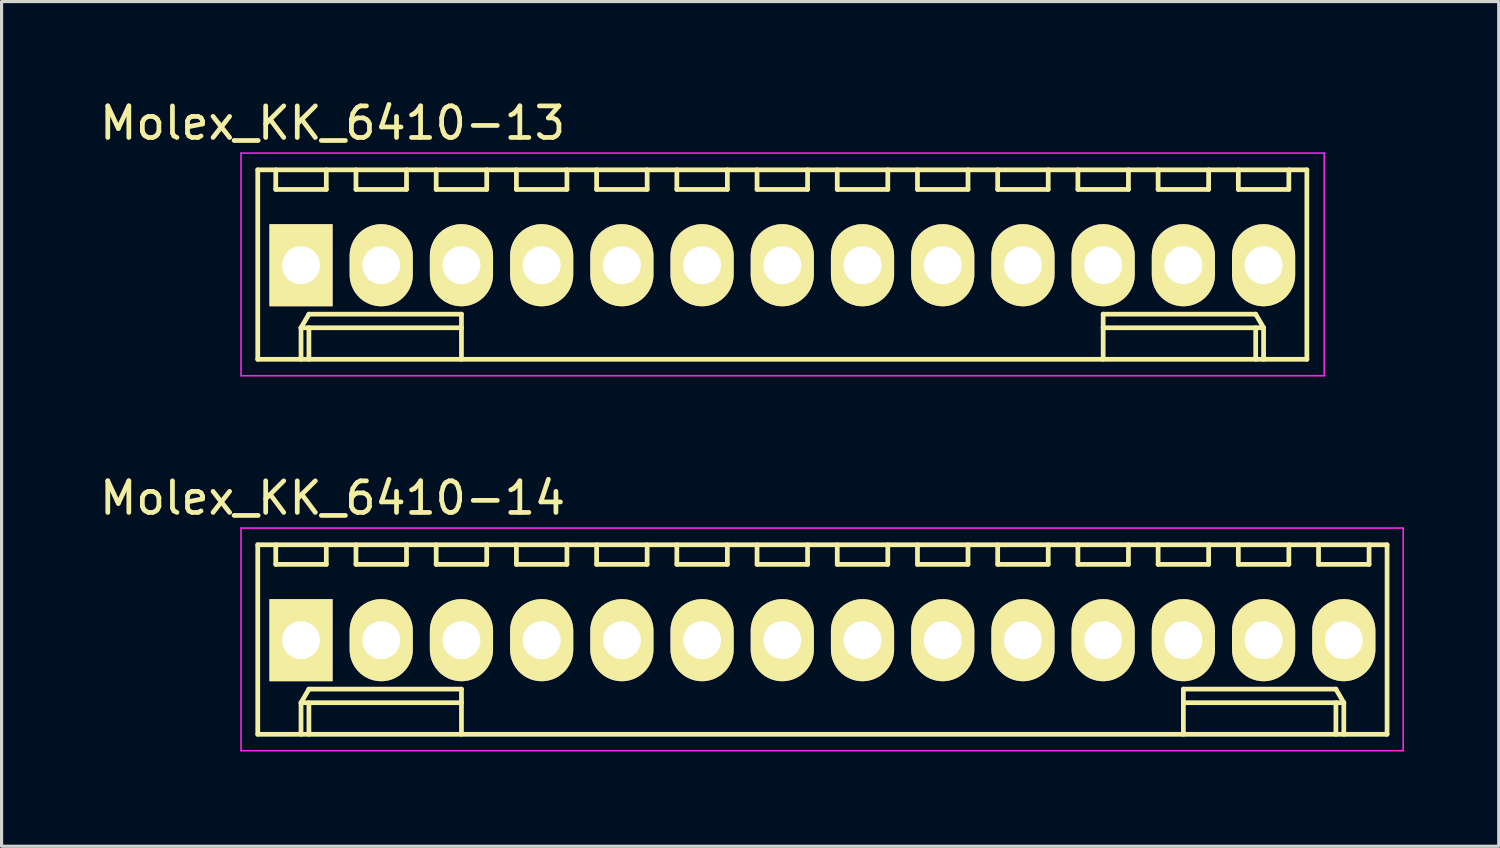
<source format=kicad_pcb>
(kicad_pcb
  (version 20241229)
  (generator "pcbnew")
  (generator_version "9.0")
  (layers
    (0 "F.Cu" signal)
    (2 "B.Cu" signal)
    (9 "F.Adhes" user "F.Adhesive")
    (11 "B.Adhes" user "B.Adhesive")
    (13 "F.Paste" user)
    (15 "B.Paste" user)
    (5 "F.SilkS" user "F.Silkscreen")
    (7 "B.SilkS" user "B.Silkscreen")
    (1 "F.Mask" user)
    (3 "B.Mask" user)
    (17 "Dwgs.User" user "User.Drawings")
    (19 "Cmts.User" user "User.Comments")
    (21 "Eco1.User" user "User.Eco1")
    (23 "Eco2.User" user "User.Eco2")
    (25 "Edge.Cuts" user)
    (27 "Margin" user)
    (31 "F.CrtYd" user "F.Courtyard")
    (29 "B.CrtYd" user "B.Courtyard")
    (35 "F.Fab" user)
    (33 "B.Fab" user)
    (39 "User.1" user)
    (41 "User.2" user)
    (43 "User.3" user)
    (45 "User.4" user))
  (footprint "Molex_KK_6410-14"
    (layer "F.Cu")
    (at 6.482 17.221)
    (property "Reference" "Molex_KK_6410-14" (at 1 -4.5 0) (layer "F.SilkS") (effects (font (size 1 1) (thickness 0.15))))
    (attr through_hole)
    (fp_line (start -1.37 -3.02) (end -1.37 2.98) (stroke (width 0.15) (type solid)) (layer "F.SilkS"))
    (fp_line (start -1.37 2.98) (end 34.39 2.98) (stroke (width 0.15) (type solid)) (layer "F.SilkS"))
    (fp_line (start -0.8 -3.02) (end -0.8 -2.4) (stroke (width 0.15) (type solid)) (layer "F.SilkS"))
    (fp_line (start -0.8 -2.4) (end 0.8 -2.4) (stroke (width 0.15) (type solid)) (layer "F.SilkS"))
    (fp_line (start 0 1.98) (end 0.25 1.55) (stroke (width 0.15) (type solid)) (layer "F.SilkS"))
    (fp_line (start 0 1.98) (end 5.08 1.98) (stroke (width 0.15) (type solid)) (layer "F.SilkS"))
    (fp_line (start 0 2.98) (end 0 1.98) (stroke (width 0.15) (type solid)) (layer "F.SilkS"))
    (fp_line (start 0.25 1.55) (end 5.08 1.55) (stroke (width 0.15) (type solid)) (layer "F.SilkS"))
    (fp_line (start 0.25 2.98) (end 0.25 1.98) (stroke (width 0.15) (type solid)) (layer "F.SilkS"))
    (fp_line (start 0.8 -2.4) (end 0.8 -3.02) (stroke (width 0.15) (type solid)) (layer "F.SilkS"))
    (fp_line (start 1.74 -3.02) (end 1.74 -2.4) (stroke (width 0.15) (type solid)) (layer "F.SilkS"))
    (fp_line (start 1.74 -2.4) (end 3.34 -2.4) (stroke (width 0.15) (type solid)) (layer "F.SilkS"))
    (fp_line (start 3.34 -2.4) (end 3.34 -3.02) (stroke (width 0.15) (type solid)) (layer "F.SilkS"))
    (fp_line (start 4.28 -3.02) (end 4.28 -2.4) (stroke (width 0.15) (type solid)) (layer "F.SilkS"))
    (fp_line (start 4.28 -2.4) (end 5.88 -2.4) (stroke (width 0.15) (type solid)) (layer "F.SilkS"))
    (fp_line (start 5.08 1.55) (end 5.08 1.98) (stroke (width 0.15) (type solid)) (layer "F.SilkS"))
    (fp_line (start 5.08 1.98) (end 5.08 2.98) (stroke (width 0.15) (type solid)) (layer "F.SilkS"))
    (fp_line (start 5.88 -2.4) (end 5.88 -3.02) (stroke (width 0.15) (type solid)) (layer "F.SilkS"))
    (fp_line (start 6.82 -3.02) (end 6.82 -2.4) (stroke (width 0.15) (type solid)) (layer "F.SilkS"))
    (fp_line (start 6.82 -2.4) (end 8.42 -2.4) (stroke (width 0.15) (type solid)) (layer "F.SilkS"))
    (fp_line (start 8.42 -2.4) (end 8.42 -3.02) (stroke (width 0.15) (type solid)) (layer "F.SilkS"))
    (fp_line (start 9.36 -3.02) (end 9.36 -2.4) (stroke (width 0.15) (type solid)) (layer "F.SilkS"))
    (fp_line (start 9.36 -2.4) (end 10.96 -2.4) (stroke (width 0.15) (type solid)) (layer "F.SilkS"))
    (fp_line (start 10.96 -2.4) (end 10.96 -3.02) (stroke (width 0.15) (type solid)) (layer "F.SilkS"))
    (fp_line (start 11.9 -3.02) (end 11.9 -2.4) (stroke (width 0.15) (type solid)) (layer "F.SilkS"))
    (fp_line (start 11.9 -2.4) (end 13.5 -2.4) (stroke (width 0.15) (type solid)) (layer "F.SilkS"))
    (fp_line (start 13.5 -2.4) (end 13.5 -3.02) (stroke (width 0.15) (type solid)) (layer "F.SilkS"))
    (fp_line (start 14.44 -3.02) (end 14.44 -2.4) (stroke (width 0.15) (type solid)) (layer "F.SilkS"))
    (fp_line (start 14.44 -2.4) (end 16.04 -2.4) (stroke (width 0.15) (type solid)) (layer "F.SilkS"))
    (fp_line (start 16.04 -2.4) (end 16.04 -3.02) (stroke (width 0.15) (type solid)) (layer "F.SilkS"))
    (fp_line (start 16.98 -3.02) (end 16.98 -2.4) (stroke (width 0.15) (type solid)) (layer "F.SilkS"))
    (fp_line (start 16.98 -2.4) (end 18.58 -2.4) (stroke (width 0.15) (type solid)) (layer "F.SilkS"))
    (fp_line (start 18.58 -2.4) (end 18.58 -3.02) (stroke (width 0.15) (type solid)) (layer "F.SilkS"))
    (fp_line (start 19.52 -3.02) (end 19.52 -2.4) (stroke (width 0.15) (type solid)) (layer "F.SilkS"))
    (fp_line (start 19.52 -2.4) (end 21.12 -2.4) (stroke (width 0.15) (type solid)) (layer "F.SilkS"))
    (fp_line (start 21.12 -2.4) (end 21.12 -3.02) (stroke (width 0.15) (type solid)) (layer "F.SilkS"))
    (fp_line (start 22.06 -3.02) (end 22.06 -2.4) (stroke (width 0.15) (type solid)) (layer "F.SilkS"))
    (fp_line (start 22.06 -2.4) (end 23.66 -2.4) (stroke (width 0.15) (type solid)) (layer "F.SilkS"))
    (fp_line (start 23.66 -2.4) (end 23.66 -3.02) (stroke (width 0.15) (type solid)) (layer "F.SilkS"))
    (fp_line (start 24.6 -3.02) (end 24.6 -2.4) (stroke (width 0.15) (type solid)) (layer "F.SilkS"))
    (fp_line (start 24.6 -2.4) (end 26.2 -2.4) (stroke (width 0.15) (type solid)) (layer "F.SilkS"))
    (fp_line (start 26.2 -2.4) (end 26.2 -3.02) (stroke (width 0.15) (type solid)) (layer "F.SilkS"))
    (fp_line (start 27.14 -3.02) (end 27.14 -2.4) (stroke (width 0.15) (type solid)) (layer "F.SilkS"))
    (fp_line (start 27.14 -2.4) (end 28.74 -2.4) (stroke (width 0.15) (type solid)) (layer "F.SilkS"))
    (fp_line (start 27.94 1.55) (end 27.94 1.98) (stroke (width 0.15) (type solid)) (layer "F.SilkS"))
    (fp_line (start 27.94 1.98) (end 27.94 2.98) (stroke (width 0.15) (type solid)) (layer "F.SilkS"))
    (fp_line (start 28.74 -2.4) (end 28.74 -3.02) (stroke (width 0.15) (type solid)) (layer "F.SilkS"))
    (fp_line (start 29.68 -3.02) (end 29.68 -2.4) (stroke (width 0.15) (type solid)) (layer "F.SilkS"))
    (fp_line (start 29.68 -2.4) (end 31.28 -2.4) (stroke (width 0.15) (type solid)) (layer "F.SilkS"))
    (fp_line (start 31.28 -2.4) (end 31.28 -3.02) (stroke (width 0.15) (type solid)) (layer "F.SilkS"))
    (fp_line (start 32.22 -3.02) (end 32.22 -2.4) (stroke (width 0.15) (type solid)) (layer "F.SilkS"))
    (fp_line (start 32.22 -2.4) (end 33.82 -2.4) (stroke (width 0.15) (type solid)) (layer "F.SilkS"))
    (fp_line (start 32.77 1.55) (end 27.94 1.55) (stroke (width 0.15) (type solid)) (layer "F.SilkS"))
    (fp_line (start 32.77 2.98) (end 32.77 1.98) (stroke (width 0.15) (type solid)) (layer "F.SilkS"))
    (fp_line (start 33.02 1.98) (end 27.94 1.98) (stroke (width 0.15) (type solid)) (layer "F.SilkS"))
    (fp_line (start 33.02 1.98) (end 32.77 1.55) (stroke (width 0.15) (type solid)) (layer "F.SilkS"))
    (fp_line (start 33.02 2.98) (end 33.02 1.98) (stroke (width 0.15) (type solid)) (layer "F.SilkS"))
    (fp_line (start 33.82 -2.4) (end 33.82 -3.02) (stroke (width 0.15) (type solid)) (layer "F.SilkS"))
    (fp_line (start 34.39 -3.02) (end -1.37 -3.02) (stroke (width 0.15) (type solid)) (layer "F.SilkS"))
    (fp_line (start 34.39 2.98) (end 34.39 -3.02) (stroke (width 0.15) (type solid)) (layer "F.SilkS"))
    (fp_line (start -1.9 -3.55) (end 34.9 -3.55) (stroke (width 0.05) (type solid)) (layer "F.CrtYd"))
    (fp_line (start -1.9 3.5) (end -1.9 -3.55) (stroke (width 0.05) (type solid)) (layer "F.CrtYd"))
    (fp_line (start 34.9 -3.55) (end 34.9 3.5) (stroke (width 0.05) (type solid)) (layer "F.CrtYd"))
    (fp_line (start 34.9 3.5) (end -1.9 3.5) (stroke (width 0.05) (type solid)) (layer "F.CrtYd"))
    (pad "1" thru_hole rect (at 0 0) (size 2 2.6) (drill 1.2) (layers "*.Cu" "*.Mask" "F.SilkS"))
    (pad "2" thru_hole oval (at 2.54 0) (size 2 2.6) (drill 1.2) (layers "*.Cu" "*.Mask" "F.SilkS"))
    (pad "3" thru_hole oval (at 5.08 0) (size 2 2.6) (drill 1.2) (layers "*.Cu" "*.Mask" "F.SilkS"))
    (pad "4" thru_hole oval (at 7.62 0) (size 2 2.6) (drill 1.2) (layers "*.Cu" "*.Mask" "F.SilkS"))
    (pad "5" thru_hole oval (at 10.16 0) (size 2 2.6) (drill 1.2) (layers "*.Cu" "*.Mask" "F.SilkS"))
    (pad "6" thru_hole oval (at 12.7 0) (size 2 2.6) (drill 1.2) (layers "*.Cu" "*.Mask" "F.SilkS"))
    (pad "7" thru_hole oval (at 15.24 0) (size 2 2.6) (drill 1.2) (layers "*.Cu" "*.Mask" "F.SilkS"))
    (pad "8" thru_hole oval (at 17.78 0) (size 2 2.6) (drill 1.2) (layers "*.Cu" "*.Mask" "F.SilkS"))
    (pad "9" thru_hole oval (at 20.32 0) (size 2 2.6) (drill 1.2) (layers "*.Cu" "*.Mask" "F.SilkS"))
    (pad "10" thru_hole oval (at 22.86 0) (size 2 2.6) (drill 1.2) (layers "*.Cu" "*.Mask" "F.SilkS"))
    (pad "11" thru_hole oval (at 25.4 0) (size 2 2.6) (drill 1.2) (layers "*.Cu" "*.Mask" "F.SilkS"))
    (pad "12" thru_hole oval (at 27.94 0) (size 2 2.6) (drill 1.2) (layers "*.Cu" "*.Mask" "F.SilkS"))
    (pad "13" thru_hole oval (at 30.48 0) (size 2 2.6) (drill 1.2) (layers "*.Cu" "*.Mask" "F.SilkS"))
    (pad "14" thru_hole oval (at 33.02 0) (size 2 2.6) (drill 1.2) (layers "*.Cu" "*.Mask" "F.SilkS")))
  (footprint "Molex_KK_6410-13"
    (layer "F.Cu")
    (at 6.482 5.348)
    (property "Reference" "Molex_KK_6410-13" (at 1 -4.5 0) (layer "F.SilkS") (effects (font (size 1 1) (thickness 0.15))))
    (attr through_hole)
    (fp_line (start -1.37 -3.02) (end -1.37 2.98) (stroke (width 0.15) (type solid)) (layer "F.SilkS"))
    (fp_line (start -1.37 2.98) (end 31.85 2.98) (stroke (width 0.15) (type solid)) (layer "F.SilkS"))
    (fp_line (start -0.8 -3.02) (end -0.8 -2.4) (stroke (width 0.15) (type solid)) (layer "F.SilkS"))
    (fp_line (start -0.8 -2.4) (end 0.8 -2.4) (stroke (width 0.15) (type solid)) (layer "F.SilkS"))
    (fp_line (start 0 1.98) (end 0.25 1.55) (stroke (width 0.15) (type solid)) (layer "F.SilkS"))
    (fp_line (start 0 1.98) (end 5.08 1.98) (stroke (width 0.15) (type solid)) (layer "F.SilkS"))
    (fp_line (start 0 2.98) (end 0 1.98) (stroke (width 0.15) (type solid)) (layer "F.SilkS"))
    (fp_line (start 0.25 1.55) (end 5.08 1.55) (stroke (width 0.15) (type solid)) (layer "F.SilkS"))
    (fp_line (start 0.25 2.98) (end 0.25 1.98) (stroke (width 0.15) (type solid)) (layer "F.SilkS"))
    (fp_line (start 0.8 -2.4) (end 0.8 -3.02) (stroke (width 0.15) (type solid)) (layer "F.SilkS"))
    (fp_line (start 1.74 -3.02) (end 1.74 -2.4) (stroke (width 0.15) (type solid)) (layer "F.SilkS"))
    (fp_line (start 1.74 -2.4) (end 3.34 -2.4) (stroke (width 0.15) (type solid)) (layer "F.SilkS"))
    (fp_line (start 3.34 -2.4) (end 3.34 -3.02) (stroke (width 0.15) (type solid)) (layer "F.SilkS"))
    (fp_line (start 4.28 -3.02) (end 4.28 -2.4) (stroke (width 0.15) (type solid)) (layer "F.SilkS"))
    (fp_line (start 4.28 -2.4) (end 5.88 -2.4) (stroke (width 0.15) (type solid)) (layer "F.SilkS"))
    (fp_line (start 5.08 1.55) (end 5.08 1.98) (stroke (width 0.15) (type solid)) (layer "F.SilkS"))
    (fp_line (start 5.08 1.98) (end 5.08 2.98) (stroke (width 0.15) (type solid)) (layer "F.SilkS"))
    (fp_line (start 5.88 -2.4) (end 5.88 -3.02) (stroke (width 0.15) (type solid)) (layer "F.SilkS"))
    (fp_line (start 6.82 -3.02) (end 6.82 -2.4) (stroke (width 0.15) (type solid)) (layer "F.SilkS"))
    (fp_line (start 6.82 -2.4) (end 8.42 -2.4) (stroke (width 0.15) (type solid)) (layer "F.SilkS"))
    (fp_line (start 8.42 -2.4) (end 8.42 -3.02) (stroke (width 0.15) (type solid)) (layer "F.SilkS"))
    (fp_line (start 9.36 -3.02) (end 9.36 -2.4) (stroke (width 0.15) (type solid)) (layer "F.SilkS"))
    (fp_line (start 9.36 -2.4) (end 10.96 -2.4) (stroke (width 0.15) (type solid)) (layer "F.SilkS"))
    (fp_line (start 10.96 -2.4) (end 10.96 -3.02) (stroke (width 0.15) (type solid)) (layer "F.SilkS"))
    (fp_line (start 11.9 -3.02) (end 11.9 -2.4) (stroke (width 0.15) (type solid)) (layer "F.SilkS"))
    (fp_line (start 11.9 -2.4) (end 13.5 -2.4) (stroke (width 0.15) (type solid)) (layer "F.SilkS"))
    (fp_line (start 13.5 -2.4) (end 13.5 -3.02) (stroke (width 0.15) (type solid)) (layer "F.SilkS"))
    (fp_line (start 14.44 -3.02) (end 14.44 -2.4) (stroke (width 0.15) (type solid)) (layer "F.SilkS"))
    (fp_line (start 14.44 -2.4) (end 16.04 -2.4) (stroke (width 0.15) (type solid)) (layer "F.SilkS"))
    (fp_line (start 16.04 -2.4) (end 16.04 -3.02) (stroke (width 0.15) (type solid)) (layer "F.SilkS"))
    (fp_line (start 16.98 -3.02) (end 16.98 -2.4) (stroke (width 0.15) (type solid)) (layer "F.SilkS"))
    (fp_line (start 16.98 -2.4) (end 18.58 -2.4) (stroke (width 0.15) (type solid)) (layer "F.SilkS"))
    (fp_line (start 18.58 -2.4) (end 18.58 -3.02) (stroke (width 0.15) (type solid)) (layer "F.SilkS"))
    (fp_line (start 19.52 -3.02) (end 19.52 -2.4) (stroke (width 0.15) (type solid)) (layer "F.SilkS"))
    (fp_line (start 19.52 -2.4) (end 21.12 -2.4) (stroke (width 0.15) (type solid)) (layer "F.SilkS"))
    (fp_line (start 21.12 -2.4) (end 21.12 -3.02) (stroke (width 0.15) (type solid)) (layer "F.SilkS"))
    (fp_line (start 22.06 -3.02) (end 22.06 -2.4) (stroke (width 0.15) (type solid)) (layer "F.SilkS"))
    (fp_line (start 22.06 -2.4) (end 23.66 -2.4) (stroke (width 0.15) (type solid)) (layer "F.SilkS"))
    (fp_line (start 23.66 -2.4) (end 23.66 -3.02) (stroke (width 0.15) (type solid)) (layer "F.SilkS"))
    (fp_line (start 24.6 -3.02) (end 24.6 -2.4) (stroke (width 0.15) (type solid)) (layer "F.SilkS"))
    (fp_line (start 24.6 -2.4) (end 26.2 -2.4) (stroke (width 0.15) (type solid)) (layer "F.SilkS"))
    (fp_line (start 25.4 1.55) (end 25.4 1.98) (stroke (width 0.15) (type solid)) (layer "F.SilkS"))
    (fp_line (start 25.4 1.98) (end 25.4 2.98) (stroke (width 0.15) (type solid)) (layer "F.SilkS"))
    (fp_line (start 26.2 -2.4) (end 26.2 -3.02) (stroke (width 0.15) (type solid)) (layer "F.SilkS"))
    (fp_line (start 27.14 -3.02) (end 27.14 -2.4) (stroke (width 0.15) (type solid)) (layer "F.SilkS"))
    (fp_line (start 27.14 -2.4) (end 28.74 -2.4) (stroke (width 0.15) (type solid)) (layer "F.SilkS"))
    (fp_line (start 28.74 -2.4) (end 28.74 -3.02) (stroke (width 0.15) (type solid)) (layer "F.SilkS"))
    (fp_line (start 29.68 -3.02) (end 29.68 -2.4) (stroke (width 0.15) (type solid)) (layer "F.SilkS"))
    (fp_line (start 29.68 -2.4) (end 31.28 -2.4) (stroke (width 0.15) (type solid)) (layer "F.SilkS"))
    (fp_line (start 30.23 1.55) (end 25.4 1.55) (stroke (width 0.15) (type solid)) (layer "F.SilkS"))
    (fp_line (start 30.23 2.98) (end 30.23 1.98) (stroke (width 0.15) (type solid)) (layer "F.SilkS"))
    (fp_line (start 30.48 1.98) (end 25.4 1.98) (stroke (width 0.15) (type solid)) (layer "F.SilkS"))
    (fp_line (start 30.48 1.98) (end 30.23 1.55) (stroke (width 0.15) (type solid)) (layer "F.SilkS"))
    (fp_line (start 30.48 2.98) (end 30.48 1.98) (stroke (width 0.15) (type solid)) (layer "F.SilkS"))
    (fp_line (start 31.28 -2.4) (end 31.28 -3.02) (stroke (width 0.15) (type solid)) (layer "F.SilkS"))
    (fp_line (start 31.85 -3.02) (end -1.37 -3.02) (stroke (width 0.15) (type solid)) (layer "F.SilkS"))
    (fp_line (start 31.85 2.98) (end 31.85 -3.02) (stroke (width 0.15) (type solid)) (layer "F.SilkS"))
    (fp_line (start -1.9 -3.55) (end 32.4 -3.55) (stroke (width 0.05) (type solid)) (layer "F.CrtYd"))
    (fp_line (start -1.9 3.5) (end -1.9 -3.55) (stroke (width 0.05) (type solid)) (layer "F.CrtYd"))
    (fp_line (start 32.4 -3.55) (end 32.4 3.5) (stroke (width 0.05) (type solid)) (layer "F.CrtYd"))
    (fp_line (start 32.4 3.5) (end -1.9 3.5) (stroke (width 0.05) (type solid)) (layer "F.CrtYd"))
    (pad "1" thru_hole rect (at 0 0) (size 2 2.6) (drill 1.2) (layers "*.Cu" "*.Mask" "F.SilkS"))
    (pad "2" thru_hole oval (at 2.54 0) (size 2 2.6) (drill 1.2) (layers "*.Cu" "*.Mask" "F.SilkS"))
    (pad "3" thru_hole oval (at 5.08 0) (size 2 2.6) (drill 1.2) (layers "*.Cu" "*.Mask" "F.SilkS"))
    (pad "4" thru_hole oval (at 7.62 0) (size 2 2.6) (drill 1.2) (layers "*.Cu" "*.Mask" "F.SilkS"))
    (pad "5" thru_hole oval (at 10.16 0) (size 2 2.6) (drill 1.2) (layers "*.Cu" "*.Mask" "F.SilkS"))
    (pad "6" thru_hole oval (at 12.7 0) (size 2 2.6) (drill 1.2) (layers "*.Cu" "*.Mask" "F.SilkS"))
    (pad "7" thru_hole oval (at 15.24 0) (size 2 2.6) (drill 1.2) (layers "*.Cu" "*.Mask" "F.SilkS"))
    (pad "8" thru_hole oval (at 17.78 0) (size 2 2.6) (drill 1.2) (layers "*.Cu" "*.Mask" "F.SilkS"))
    (pad "9" thru_hole oval (at 20.32 0) (size 2 2.6) (drill 1.2) (layers "*.Cu" "*.Mask" "F.SilkS"))
    (pad "10" thru_hole oval (at 22.86 0) (size 2 2.6) (drill 1.2) (layers "*.Cu" "*.Mask" "F.SilkS"))
    (pad "11" thru_hole oval (at 25.4 0) (size 2 2.6) (drill 1.2) (layers "*.Cu" "*.Mask" "F.SilkS"))
    (pad "12" thru_hole oval (at 27.94 0) (size 2 2.6) (drill 1.2) (layers "*.Cu" "*.Mask" "F.SilkS"))
    (pad "13" thru_hole oval (at 30.48 0) (size 2 2.6) (drill 1.2) (layers "*.Cu" "*.Mask" "F.SilkS")))
  (gr_rect
    (start -3 -3)
    (end 44.407 23.747)
    (stroke (width 0.1) (type default))
    (fill no)
    (layer "Edge.Cuts")))
</source>
